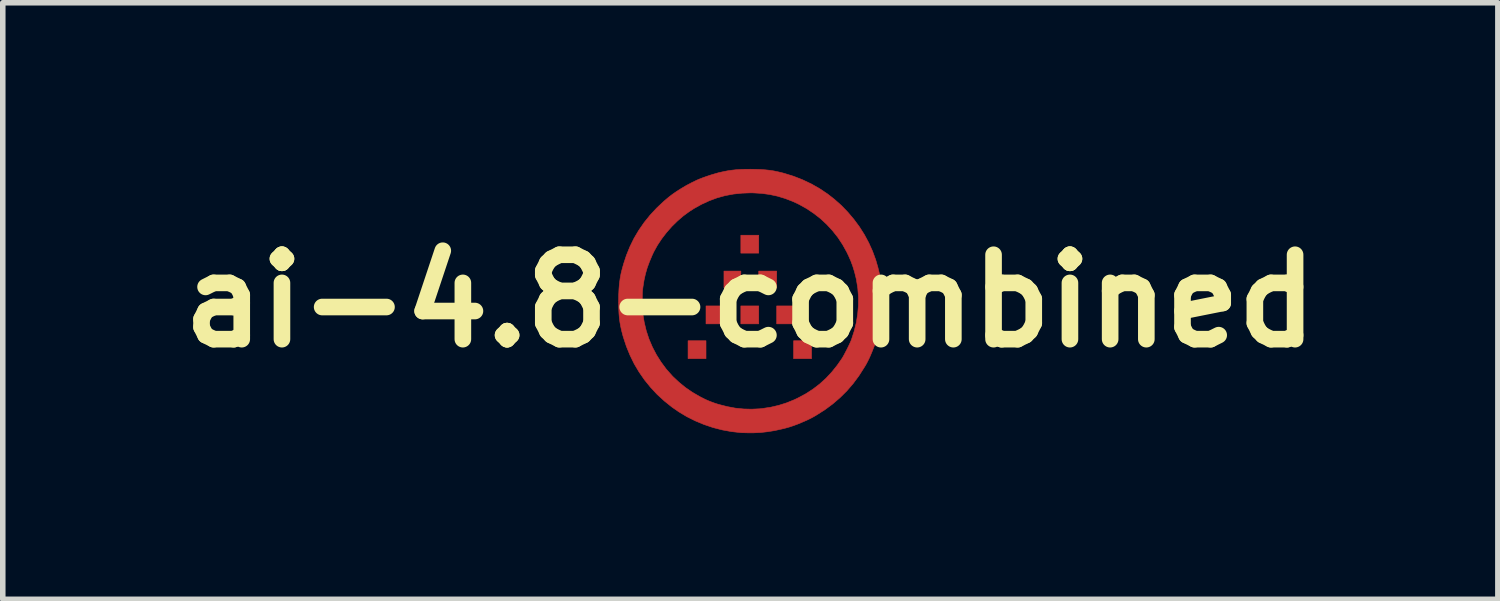
<source format=kicad_pcb>
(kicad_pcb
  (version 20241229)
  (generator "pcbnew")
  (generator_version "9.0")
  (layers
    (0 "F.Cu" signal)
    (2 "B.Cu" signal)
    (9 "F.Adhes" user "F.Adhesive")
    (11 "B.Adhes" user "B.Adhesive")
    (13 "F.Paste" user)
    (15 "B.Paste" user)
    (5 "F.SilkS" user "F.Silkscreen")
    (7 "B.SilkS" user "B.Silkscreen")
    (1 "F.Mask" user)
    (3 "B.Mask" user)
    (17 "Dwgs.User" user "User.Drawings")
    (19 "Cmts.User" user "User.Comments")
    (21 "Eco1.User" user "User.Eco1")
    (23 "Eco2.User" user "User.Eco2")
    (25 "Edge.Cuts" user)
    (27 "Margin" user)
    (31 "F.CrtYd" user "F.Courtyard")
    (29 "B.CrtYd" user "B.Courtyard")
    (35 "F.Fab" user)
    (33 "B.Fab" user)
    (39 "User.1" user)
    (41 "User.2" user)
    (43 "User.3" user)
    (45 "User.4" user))
  (footprint "ai-4.8-combined"
    (layer "F.Cu")
    (at 10.494 2.383)
    (property "Reference" "ai-4.8-combined" (at 0 0 0) (layer "F.SilkS") (effects (font (size 1.524 1.524) (thickness 0.3))))
    (attr through_hole)
    (fp_poly (pts (xy -0.8 1.041) (xy -1.124 1.041) (xy -1.124 0.718) (xy -0.8 0.718) (xy -0.8 1.041)) (stroke (width 0.01) (type solid)) (fill yes) (layer "F.Cu"))
    (fp_poly (pts (xy -0.476 0.413) (xy -0.8 0.413) (xy -0.8 0.089) (xy -0.476 0.089) (xy -0.476 0.413)) (stroke (width 0.01) (type solid)) (fill yes) (layer "F.Cu"))
    (fp_poly (pts (xy -0.171 -0.235) (xy -0.476 -0.235) (xy -0.476 -0.54) (xy -0.171 -0.54) (xy -0.171 -0.235)) (stroke (width 0.01) (type solid)) (fill yes) (layer "F.Cu"))
    (fp_poly (pts (xy 0.152 -0.864) (xy -0.171 -0.864) (xy -0.171 -1.187) (xy 0.152 -1.187) (xy 0.152 -0.864)) (stroke (width 0.01) (type solid)) (fill yes) (layer "F.Cu"))
    (fp_poly (pts (xy 0.152 0.413) (xy -0.171 0.413) (xy -0.171 0.089) (xy 0.152 0.089) (xy 0.152 0.413)) (stroke (width 0.01) (type solid)) (fill yes) (layer "F.Cu"))
    (fp_poly (pts (xy 0.476 -0.235) (xy 0.152 -0.235) (xy 0.152 -0.54) (xy 0.476 -0.54) (xy 0.476 -0.235)) (stroke (width 0.01) (type solid)) (fill yes) (layer "F.Cu"))
    (fp_poly (pts (xy 0.781 0.413) (xy 0.476 0.413) (xy 0.476 0.089) (xy 0.781 0.089) (xy 0.781 0.413)) (stroke (width 0.01) (type solid)) (fill yes) (layer "F.Cu"))
    (fp_poly (pts (xy 1.105 1.041) (xy 0.781 1.041) (xy 0.781 0.718) (xy 1.105 0.718) (xy 1.105 1.041)) (stroke (width 0.01) (type solid)) (fill yes) (layer "F.Cu"))
    (fp_poly (pts (xy 0.003 -2.378) (xy 0.102 -2.376) (xy 0.192 -2.373) (xy 0.274 -2.367) (xy 0.351 -2.359) (xy 0.427 -2.347) (xy 0.503 -2.331) (xy 0.582 -2.312) (xy 0.618 -2.302) (xy 0.785 -2.25) (xy 0.947 -2.186) (xy 1.103 -2.112) (xy 1.252 -2.027) (xy 1.394 -1.932) (xy 1.516 -1.837) (xy 1.642 -1.725) (xy 1.76 -1.603) (xy 1.869 -1.474) (xy 1.969 -1.339) (xy 2.059 -1.197) (xy 2.138 -1.05) (xy 2.206 -0.899) (xy 2.263 -0.744) (xy 2.302 -0.61) (xy 2.329 -0.498) (xy 2.349 -0.392) (xy 2.364 -0.289) (xy 2.373 -0.183) (xy 2.379 -0.071) (xy 2.379 -0.051) (xy 2.377 0.124) (xy 2.363 0.296) (xy 2.336 0.465) (xy 2.296 0.631) (xy 2.245 0.794) (xy 2.193 0.925) (xy 2.171 0.977) (xy 2.152 1.021) (xy 2.134 1.058) (xy 2.117 1.092) (xy 2.099 1.127) (xy 2.078 1.164) (xy 2.054 1.203) (xy 1.959 1.352) (xy 1.855 1.492) (xy 1.742 1.623) (xy 1.62 1.744) (xy 1.489 1.857) (xy 1.349 1.961) (xy 1.203 2.054) (xy 1.161 2.079) (xy 1.124 2.1) (xy 1.09 2.118) (xy 1.056 2.135) (xy 1.018 2.153) (xy 0.974 2.172) (xy 0.925 2.193) (xy 0.848 2.225) (xy 0.777 2.251) (xy 0.708 2.274) (xy 0.634 2.295) (xy 0.568 2.311) (xy 0.437 2.34) (xy 0.311 2.36) (xy 0.188 2.374) (xy 0.063 2.38) (xy -0.01 2.38) (xy -0.051 2.38) (xy -0.089 2.379) (xy -0.123 2.378) (xy -0.148 2.378) (xy -0.164 2.377) (xy -0.165 2.377) (xy -0.338 2.358) (xy -0.508 2.327) (xy -0.675 2.284) (xy -0.838 2.229) (xy -0.996 2.163) (xy -1.148 2.087) (xy -1.294 1.999) (xy -1.415 1.915) (xy -1.553 1.804) (xy -1.682 1.686) (xy -1.8 1.559) (xy -1.909 1.425) (xy -2.007 1.284) (xy -2.095 1.136) (xy -2.171 0.981) (xy -2.237 0.82) (xy -2.292 0.653) (xy -2.302 0.618) (xy -2.323 0.537) (xy -2.34 0.46) (xy -2.354 0.384) (xy -2.364 0.308) (xy -2.371 0.228) (xy -2.375 0.143) (xy -2.377 0.048) (xy -2.378 0.003) (xy -2.377 -0.041) (xy -1.951 -0.041) (xy -1.951 0.023) (xy -1.95 0.087) (xy -1.947 0.147) (xy -1.944 0.2) (xy -1.941 0.229) (xy -1.915 0.386) (xy -1.878 0.54) (xy -1.829 0.688) (xy -1.768 0.831) (xy -1.696 0.969) (xy -1.613 1.101) (xy -1.519 1.228) (xy -1.414 1.347) (xy -1.396 1.366) (xy -1.288 1.467) (xy -1.172 1.562) (xy -1.048 1.647) (xy -0.92 1.722) (xy -0.883 1.741) (xy -0.824 1.771) (xy -0.772 1.795) (xy -0.723 1.815) (xy -0.675 1.833) (xy -0.624 1.851) (xy -0.572 1.867) (xy -0.42 1.906) (xy -0.272 1.934) (xy -0.125 1.949) (xy 0.022 1.953) (xy 0.169 1.946) (xy 0.222 1.94) (xy 0.372 1.917) (xy 0.516 1.883) (xy 0.655 1.839) (xy 0.793 1.783) (xy 0.87 1.746) (xy 1.007 1.672) (xy 1.134 1.589) (xy 1.254 1.497) (xy 1.365 1.396) (xy 1.469 1.285) (xy 1.567 1.163) (xy 1.654 1.039) (xy 1.674 1.006) (xy 1.697 0.964) (xy 1.722 0.916) (xy 1.748 0.866) (xy 1.773 0.815) (xy 1.795 0.768) (xy 1.814 0.726) (xy 1.825 0.699) (xy 1.875 0.545) (xy 1.913 0.391) (xy 1.938 0.236) (xy 1.951 0.082) (xy 1.952 -0.073) (xy 1.94 -0.227) (xy 1.916 -0.379) (xy 1.908 -0.416) (xy 1.881 -0.525) (xy 1.85 -0.626) (xy 1.814 -0.723) (xy 1.771 -0.821) (xy 1.741 -0.883) (xy 1.666 -1.018) (xy 1.581 -1.147) (xy 1.485 -1.268) (xy 1.381 -1.381) (xy 1.268 -1.486) (xy 1.146 -1.581) (xy 1.018 -1.667) (xy 0.882 -1.743) (xy 0.767 -1.797) (xy 0.629 -1.85) (xy 0.491 -1.892) (xy 0.351 -1.922) (xy 0.207 -1.942) (xy 0.057 -1.951) (xy 0.006 -1.952) (xy -0.152 -1.946) (xy -0.305 -1.93) (xy -0.454 -1.902) (xy -0.599 -1.862) (xy -0.74 -1.81) (xy -0.879 -1.746) (xy -1.016 -1.67) (xy -1.097 -1.618) (xy -1.208 -1.537) (xy -1.315 -1.445) (xy -1.417 -1.345) (xy -1.512 -1.237) (xy -1.599 -1.124) (xy -1.677 -1.006) (xy -1.744 -0.885) (xy -1.771 -0.827) (xy -1.82 -0.711) (xy -1.861 -0.6) (xy -1.893 -0.489) (xy -1.918 -0.377) (xy -1.937 -0.258) (xy -1.944 -0.203) (xy -1.948 -0.157) (xy -1.95 -0.102) (xy -1.951 -0.041) (xy -2.377 -0.041) (xy -2.376 -0.111) (xy -2.371 -0.216) (xy -2.363 -0.314) (xy -2.35 -0.407) (xy -2.333 -0.499) (xy -2.31 -0.591) (xy -2.282 -0.687) (xy -2.248 -0.79) (xy -2.236 -0.826) (xy -2.173 -0.981) (xy -2.099 -1.132) (xy -2.013 -1.277) (xy -1.916 -1.417) (xy -1.808 -1.551) (xy -1.689 -1.679) (xy -1.559 -1.801) (xy -1.474 -1.873) (xy -1.405 -1.926) (xy -1.327 -1.98) (xy -1.243 -2.033) (xy -1.155 -2.085) (xy -1.066 -2.132) (xy -0.98 -2.174) (xy -0.975 -2.177) (xy -0.919 -2.201) (xy -0.854 -2.226) (xy -0.783 -2.251) (xy -0.711 -2.275) (xy -0.64 -2.296) (xy -0.574 -2.315) (xy -0.549 -2.321) (xy -0.474 -2.337) (xy -0.403 -2.351) (xy -0.333 -2.361) (xy -0.26 -2.369) (xy -0.184 -2.374) (xy -0.1 -2.377) (xy -0.006 -2.378) (xy 0.003 -2.378)) (stroke (width 0.01) (type solid)) (fill yes) (layer "F.Cu"))
    (fp_poly (pts (xy -0.8 1.041) (xy -1.124 1.041) (xy -1.124 0.718) (xy -0.8 0.718) (xy -0.8 1.041)) (stroke (width 0.01) (type solid)) (fill yes) (layer "F.Mask"))
    (fp_poly (pts (xy -0.476 0.413) (xy -0.8 0.413) (xy -0.8 0.089) (xy -0.476 0.089) (xy -0.476 0.413)) (stroke (width 0.01) (type solid)) (fill yes) (layer "F.Mask"))
    (fp_poly (pts (xy -0.171 -0.235) (xy -0.476 -0.235) (xy -0.476 -0.54) (xy -0.171 -0.54) (xy -0.171 -0.235)) (stroke (width 0.01) (type solid)) (fill yes) (layer "F.Mask"))
    (fp_poly (pts (xy 0.152 -0.864) (xy -0.171 -0.864) (xy -0.171 -1.187) (xy 0.152 -1.187) (xy 0.152 -0.864)) (stroke (width 0.01) (type solid)) (fill yes) (layer "F.Mask"))
    (fp_poly (pts (xy 0.152 0.413) (xy -0.171 0.413) (xy -0.171 0.089) (xy 0.152 0.089) (xy 0.152 0.413)) (stroke (width 0.01) (type solid)) (fill yes) (layer "F.Mask"))
    (fp_poly (pts (xy 0.476 -0.235) (xy 0.152 -0.235) (xy 0.152 -0.54) (xy 0.476 -0.54) (xy 0.476 -0.235)) (stroke (width 0.01) (type solid)) (fill yes) (layer "F.Mask"))
    (fp_poly (pts (xy 0.781 0.413) (xy 0.476 0.413) (xy 0.476 0.089) (xy 0.781 0.089) (xy 0.781 0.413)) (stroke (width 0.01) (type solid)) (fill yes) (layer "F.Mask"))
    (fp_poly (pts (xy 1.105 1.041) (xy 0.781 1.041) (xy 0.781 0.718) (xy 1.105 0.718) (xy 1.105 1.041)) (stroke (width 0.01) (type solid)) (fill yes) (layer "F.Mask"))
    (fp_poly (pts (xy 0.003 -2.378) (xy 0.102 -2.376) (xy 0.192 -2.373) (xy 0.274 -2.367) (xy 0.351 -2.359) (xy 0.427 -2.347) (xy 0.503 -2.331) (xy 0.582 -2.312) (xy 0.618 -2.302) (xy 0.785 -2.25) (xy 0.947 -2.186) (xy 1.103 -2.112) (xy 1.252 -2.027) (xy 1.394 -1.932) (xy 1.516 -1.837) (xy 1.642 -1.725) (xy 1.76 -1.603) (xy 1.869 -1.474) (xy 1.969 -1.339) (xy 2.059 -1.197) (xy 2.138 -1.05) (xy 2.206 -0.899) (xy 2.263 -0.744) (xy 2.302 -0.61) (xy 2.329 -0.498) (xy 2.349 -0.392) (xy 2.364 -0.289) (xy 2.373 -0.183) (xy 2.379 -0.071) (xy 2.379 -0.051) (xy 2.377 0.124) (xy 2.363 0.296) (xy 2.336 0.465) (xy 2.296 0.631) (xy 2.245 0.794) (xy 2.193 0.925) (xy 2.171 0.977) (xy 2.152 1.021) (xy 2.134 1.058) (xy 2.117 1.092) (xy 2.099 1.127) (xy 2.078 1.164) (xy 2.054 1.203) (xy 1.959 1.352) (xy 1.855 1.492) (xy 1.742 1.623) (xy 1.62 1.744) (xy 1.489 1.857) (xy 1.349 1.961) (xy 1.203 2.054) (xy 1.161 2.079) (xy 1.124 2.1) (xy 1.09 2.118) (xy 1.056 2.135) (xy 1.018 2.153) (xy 0.974 2.172) (xy 0.925 2.193) (xy 0.848 2.225) (xy 0.777 2.251) (xy 0.708 2.274) (xy 0.634 2.295) (xy 0.568 2.311) (xy 0.437 2.34) (xy 0.311 2.36) (xy 0.188 2.374) (xy 0.063 2.38) (xy -0.01 2.38) (xy -0.051 2.38) (xy -0.089 2.379) (xy -0.123 2.378) (xy -0.148 2.378) (xy -0.164 2.377) (xy -0.165 2.377) (xy -0.338 2.358) (xy -0.508 2.327) (xy -0.675 2.284) (xy -0.838 2.229) (xy -0.996 2.163) (xy -1.148 2.087) (xy -1.294 1.999) (xy -1.415 1.915) (xy -1.553 1.804) (xy -1.682 1.686) (xy -1.8 1.559) (xy -1.909 1.425) (xy -2.007 1.284) (xy -2.095 1.136) (xy -2.171 0.981) (xy -2.237 0.82) (xy -2.292 0.653) (xy -2.302 0.618) (xy -2.323 0.537) (xy -2.34 0.46) (xy -2.354 0.384) (xy -2.364 0.308) (xy -2.371 0.228) (xy -2.375 0.143) (xy -2.377 0.048) (xy -2.378 0.003) (xy -2.377 -0.041) (xy -1.951 -0.041) (xy -1.951 0.023) (xy -1.95 0.087) (xy -1.947 0.147) (xy -1.944 0.2) (xy -1.941 0.229) (xy -1.915 0.386) (xy -1.878 0.54) (xy -1.829 0.688) (xy -1.768 0.831) (xy -1.696 0.969) (xy -1.613 1.101) (xy -1.519 1.228) (xy -1.414 1.347) (xy -1.396 1.366) (xy -1.288 1.467) (xy -1.172 1.562) (xy -1.048 1.647) (xy -0.92 1.722) (xy -0.883 1.741) (xy -0.824 1.771) (xy -0.772 1.795) (xy -0.723 1.815) (xy -0.675 1.833) (xy -0.624 1.851) (xy -0.572 1.867) (xy -0.42 1.906) (xy -0.272 1.934) (xy -0.125 1.949) (xy 0.022 1.953) (xy 0.169 1.946) (xy 0.222 1.94) (xy 0.372 1.917) (xy 0.516 1.883) (xy 0.655 1.839) (xy 0.793 1.783) (xy 0.87 1.746) (xy 1.007 1.672) (xy 1.134 1.589) (xy 1.254 1.497) (xy 1.365 1.396) (xy 1.469 1.285) (xy 1.567 1.163) (xy 1.654 1.039) (xy 1.674 1.006) (xy 1.697 0.964) (xy 1.722 0.916) (xy 1.748 0.866) (xy 1.773 0.815) (xy 1.795 0.768) (xy 1.814 0.726) (xy 1.825 0.699) (xy 1.875 0.545) (xy 1.913 0.391) (xy 1.938 0.236) (xy 1.951 0.082) (xy 1.952 -0.073) (xy 1.94 -0.227) (xy 1.916 -0.379) (xy 1.908 -0.416) (xy 1.881 -0.525) (xy 1.85 -0.626) (xy 1.814 -0.723) (xy 1.771 -0.821) (xy 1.741 -0.883) (xy 1.666 -1.018) (xy 1.581 -1.147) (xy 1.485 -1.268) (xy 1.381 -1.381) (xy 1.268 -1.486) (xy 1.146 -1.581) (xy 1.018 -1.667) (xy 0.882 -1.743) (xy 0.767 -1.797) (xy 0.629 -1.85) (xy 0.491 -1.892) (xy 0.351 -1.922) (xy 0.207 -1.942) (xy 0.057 -1.951) (xy 0.006 -1.952) (xy -0.152 -1.946) (xy -0.305 -1.93) (xy -0.454 -1.902) (xy -0.599 -1.862) (xy -0.74 -1.81) (xy -0.879 -1.746) (xy -1.016 -1.67) (xy -1.097 -1.618) (xy -1.208 -1.537) (xy -1.315 -1.445) (xy -1.417 -1.345) (xy -1.512 -1.237) (xy -1.599 -1.124) (xy -1.677 -1.006) (xy -1.744 -0.885) (xy -1.771 -0.827) (xy -1.82 -0.711) (xy -1.861 -0.6) (xy -1.893 -0.489) (xy -1.918 -0.377) (xy -1.937 -0.258) (xy -1.944 -0.203) (xy -1.948 -0.157) (xy -1.95 -0.102) (xy -1.951 -0.041) (xy -2.377 -0.041) (xy -2.376 -0.111) (xy -2.371 -0.216) (xy -2.363 -0.314) (xy -2.35 -0.407) (xy -2.333 -0.499) (xy -2.31 -0.591) (xy -2.282 -0.687) (xy -2.248 -0.79) (xy -2.236 -0.826) (xy -2.173 -0.981) (xy -2.099 -1.132) (xy -2.013 -1.277) (xy -1.916 -1.417) (xy -1.808 -1.551) (xy -1.689 -1.679) (xy -1.559 -1.801) (xy -1.474 -1.873) (xy -1.405 -1.926) (xy -1.327 -1.98) (xy -1.243 -2.033) (xy -1.155 -2.085) (xy -1.066 -2.132) (xy -0.98 -2.174) (xy -0.975 -2.177) (xy -0.919 -2.201) (xy -0.854 -2.226) (xy -0.783 -2.251) (xy -0.711 -2.275) (xy -0.64 -2.296) (xy -0.574 -2.315) (xy -0.549 -2.321) (xy -0.474 -2.337) (xy -0.403 -2.351) (xy -0.333 -2.361) (xy -0.26 -2.369) (xy -0.184 -2.374) (xy -0.1 -2.377) (xy -0.006 -2.378) (xy 0.003 -2.378)) (stroke (width 0.01) (type solid)) (fill yes) (layer "F.Mask")))
  (gr_rect
    (start -3 -3)
    (end 23.988 7.768)
    (stroke (width 0.1) (type default))
    (fill no)
    (layer "Edge.Cuts")))
</source>
